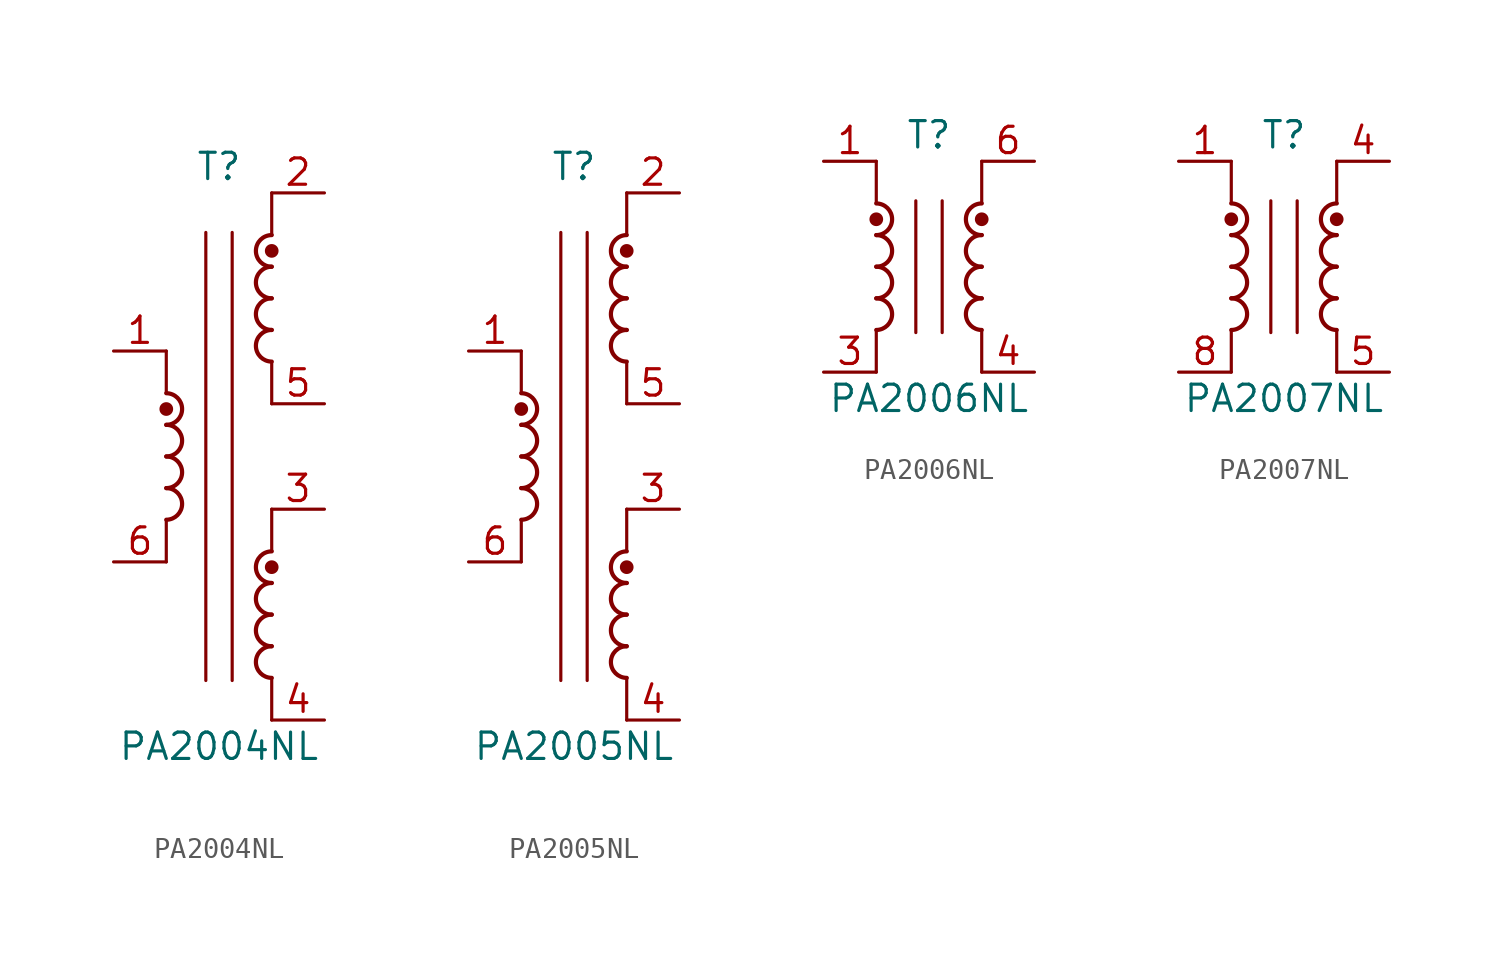
<source format=kicad_sym>
(kicad_symbol_lib
  (version 20220914)
  (generator kicad_symbol_editor)
  (symbol "PA2004NL"
    (pin_names hide)
    (property "Reference" "T"
      (at 0 13.97 0)
      (effects (font (size 1.27 1.27))))
    (property "Value" "PA2004NL"
      (at 0 -13.97 0)
      (effects (font (size 1.27 1.27))))
    (symbol "PA2004NL_0_1"
      (arc (start -2.54 -3.048) (mid -1.7813 -2.286) (end -2.54 -1.524) (stroke (width 0.2032) (type default)) (fill (type none)))
      (arc (start -2.54 -1.524) (mid -1.7813 -0.762) (end -2.54 0) (stroke (width 0.2032) (type default)) (fill (type none)))
      (arc (start -2.54 0) (mid -1.7813 0.762) (end -2.54 1.524) (stroke (width 0.2032) (type default)) (fill (type none)))
      (circle (center -2.54 2.286) (radius 0.254) (stroke (width 0) (type default)) (fill (type outline)))
      (polyline (pts (xy -2.54 -3.048) (xy -2.54 -5.08)) (stroke (width 0) (type default)) (fill (type none)))
      (polyline (pts (xy -2.54 5.08) (xy -2.54 3.048)) (stroke (width 0) (type default)) (fill (type none)))
      (polyline (pts (xy -0.635 10.795) (xy -0.635 -10.795)) (stroke (width 0) (type default)) (fill (type none)))
      (polyline (pts (xy 0.635 10.795) (xy 0.635 -10.795)) (stroke (width 0) (type default)) (fill (type none)))
      (polyline (pts (xy 2.54 -10.668) (xy 2.54 -12.7)) (stroke (width 0) (type default)) (fill (type none)))
      (polyline (pts (xy 2.54 -2.54) (xy 2.54 -4.572)) (stroke (width 0) (type default)) (fill (type none)))
      (polyline (pts (xy 2.54 4.572) (xy 2.54 2.54)) (stroke (width 0) (type default)) (fill (type none)))
      (polyline (pts (xy 2.54 12.7) (xy 2.54 10.668)) (stroke (width 0) (type default)) (fill (type none)))
      (arc (start 2.54 -9.144) (mid 1.7813 -9.906) (end 2.54 -10.668) (stroke (width 0.2032) (type default)) (fill (type none)))
      (arc (start 2.54 -7.62) (mid 1.7813 -8.382) (end 2.54 -9.144) (stroke (width 0.2032) (type default)) (fill (type none)))
      (arc (start 2.54 -6.096) (mid 1.7813 -6.858) (end 2.54 -7.62) (stroke (width 0.2032) (type default)) (fill (type none)))
      (circle (center 2.54 -5.334) (radius 0.254) (stroke (width 0) (type default)) (fill (type outline)))
      (arc (start 2.54 -4.572) (mid 1.7813 -5.334) (end 2.54 -6.096) (stroke (width 0.2032) (type default)) (fill (type none)))
      (arc (start 2.54 6.096) (mid 1.7813 5.334) (end 2.54 4.572) (stroke (width 0.2032) (type default)) (fill (type none)))
      (arc (start 2.54 7.62) (mid 1.7813 6.858) (end 2.54 6.096) (stroke (width 0.2032) (type default)) (fill (type none)))
      (arc (start 2.54 9.144) (mid 1.7813 8.382) (end 2.54 7.62) (stroke (width 0.2032) (type default)) (fill (type none)))
      (circle (center 2.54 9.906) (radius 0.254) (stroke (width 0) (type default)) (fill (type outline)))
      (arc (start 2.54 10.668) (mid 1.7813 9.906) (end 2.54 9.144) (stroke (width 0.2032) (type default)) (fill (type none))))
    (symbol "PA2004NL_1_1"
      (arc (start -2.54 1.524) (mid -1.7813 2.286) (end -2.54 3.048) (stroke (width 0.2032) (type default)) (fill (type none)))
      (pin passive line (at -5.08 5.08 0) (length 2.54) (name "~" (effects (font (size 1.27 1.27)))) (number "1" (effects (font (size 1.27 1.27)))))
      (pin passive line (at 5.08 12.7 180) (length 2.54) (name "~" (effects (font (size 1.27 1.27)))) (number "2" (effects (font (size 1.27 1.27)))))
      (pin passive line (at 5.08 -2.54 180) (length 2.54) (name "~" (effects (font (size 1.27 1.27)))) (number "3" (effects (font (size 1.27 1.27)))))
      (pin passive line (at 5.08 -12.7 180) (length 2.54) (name "~" (effects (font (size 1.27 1.27)))) (number "4" (effects (font (size 1.27 1.27)))))
      (pin passive line (at 5.08 2.54 180) (length 2.54) (name "~" (effects (font (size 1.27 1.27)))) (number "5" (effects (font (size 1.27 1.27)))))
      (pin passive line (at -5.08 -5.08 0) (length 2.54) (name "~" (effects (font (size 1.27 1.27)))) (number "6" (effects (font (size 1.27 1.27)))))))
  (symbol "PA2005NL"
    (pin_names hide)
    (property "Reference" "T"
      (at 0 13.97 0)
      (effects (font (size 1.27 1.27))))
    (property "Value" "PA2005NL"
      (at 0 -13.97 0)
      (effects (font (size 1.27 1.27))))
    (symbol "PA2005NL_0_1"
      (arc (start -2.54 -3.048) (mid -1.7813 -2.286) (end -2.54 -1.524) (stroke (width 0.2032) (type default)) (fill (type none)))
      (arc (start -2.54 -1.524) (mid -1.7813 -0.762) (end -2.54 0) (stroke (width 0.2032) (type default)) (fill (type none)))
      (arc (start -2.54 0) (mid -1.7813 0.762) (end -2.54 1.524) (stroke (width 0.2032) (type default)) (fill (type none)))
      (circle (center -2.54 2.286) (radius 0.254) (stroke (width 0) (type default)) (fill (type outline)))
      (polyline (pts (xy -2.54 -3.048) (xy -2.54 -5.08)) (stroke (width 0) (type default)) (fill (type none)))
      (polyline (pts (xy -2.54 5.08) (xy -2.54 3.048)) (stroke (width 0) (type default)) (fill (type none)))
      (polyline (pts (xy -0.635 10.795) (xy -0.635 -10.795)) (stroke (width 0) (type default)) (fill (type none)))
      (polyline (pts (xy 0.635 10.795) (xy 0.635 -10.795)) (stroke (width 0) (type default)) (fill (type none)))
      (polyline (pts (xy 2.54 -10.668) (xy 2.54 -12.7)) (stroke (width 0) (type default)) (fill (type none)))
      (polyline (pts (xy 2.54 -2.54) (xy 2.54 -4.572)) (stroke (width 0) (type default)) (fill (type none)))
      (polyline (pts (xy 2.54 4.572) (xy 2.54 2.54)) (stroke (width 0) (type default)) (fill (type none)))
      (polyline (pts (xy 2.54 12.7) (xy 2.54 10.668)) (stroke (width 0) (type default)) (fill (type none)))
      (arc (start 2.54 -9.144) (mid 1.7813 -9.906) (end 2.54 -10.668) (stroke (width 0.2032) (type default)) (fill (type none)))
      (arc (start 2.54 -7.62) (mid 1.7813 -8.382) (end 2.54 -9.144) (stroke (width 0.2032) (type default)) (fill (type none)))
      (arc (start 2.54 -6.096) (mid 1.7813 -6.858) (end 2.54 -7.62) (stroke (width 0.2032) (type default)) (fill (type none)))
      (circle (center 2.54 -5.334) (radius 0.254) (stroke (width 0) (type default)) (fill (type outline)))
      (arc (start 2.54 -4.572) (mid 1.7813 -5.334) (end 2.54 -6.096) (stroke (width 0.2032) (type default)) (fill (type none)))
      (arc (start 2.54 6.096) (mid 1.7813 5.334) (end 2.54 4.572) (stroke (width 0.2032) (type default)) (fill (type none)))
      (arc (start 2.54 7.62) (mid 1.7813 6.858) (end 2.54 6.096) (stroke (width 0.2032) (type default)) (fill (type none)))
      (arc (start 2.54 9.144) (mid 1.7813 8.382) (end 2.54 7.62) (stroke (width 0.2032) (type default)) (fill (type none)))
      (circle (center 2.54 9.906) (radius 0.254) (stroke (width 0) (type default)) (fill (type outline)))
      (arc (start 2.54 10.668) (mid 1.7813 9.906) (end 2.54 9.144) (stroke (width 0.2032) (type default)) (fill (type none))))
    (symbol "PA2005NL_1_1"
      (arc (start -2.54 1.524) (mid -1.7813 2.286) (end -2.54 3.048) (stroke (width 0.2032) (type default)) (fill (type none)))
      (pin passive line (at -5.08 5.08 0) (length 2.54) (name "~" (effects (font (size 1.27 1.27)))) (number "1" (effects (font (size 1.27 1.27)))))
      (pin passive line (at 5.08 12.7 180) (length 2.54) (name "~" (effects (font (size 1.27 1.27)))) (number "2" (effects (font (size 1.27 1.27)))))
      (pin passive line (at 5.08 -2.54 180) (length 2.54) (name "~" (effects (font (size 1.27 1.27)))) (number "3" (effects (font (size 1.27 1.27)))))
      (pin passive line (at 5.08 -12.7 180) (length 2.54) (name "~" (effects (font (size 1.27 1.27)))) (number "4" (effects (font (size 1.27 1.27)))))
      (pin passive line (at 5.08 2.54 180) (length 2.54) (name "~" (effects (font (size 1.27 1.27)))) (number "5" (effects (font (size 1.27 1.27)))))
      (pin passive line (at -5.08 -5.08 0) (length 2.54) (name "~" (effects (font (size 1.27 1.27)))) (number "6" (effects (font (size 1.27 1.27)))))))
  (symbol "PA2006NL"
    (pin_names hide)
    (property "Reference" "T"
      (at 0 6.35 0)
      (effects (font (size 1.27 1.27))))
    (property "Value" "PA2006NL"
      (at 0 -6.35 0)
      (effects (font (size 1.27 1.27))))
    (symbol "PA2006NL_0_1"
      (arc (start -2.54 -3.048) (mid -1.7813 -2.286) (end -2.54 -1.524) (stroke (width 0.2032) (type default)) (fill (type none)))
      (arc (start -2.54 -1.524) (mid -1.7813 -0.762) (end -2.54 0) (stroke (width 0.2032) (type default)) (fill (type none)))
      (arc (start -2.54 0) (mid -1.7813 0.762) (end -2.54 1.524) (stroke (width 0.2032) (type default)) (fill (type none)))
      (circle (center -2.54 2.286) (radius 0.254) (stroke (width 0) (type default)) (fill (type outline)))
      (polyline (pts (xy -2.54 -3.048) (xy -2.54 -5.08)) (stroke (width 0) (type default)) (fill (type none)))
      (polyline (pts (xy -2.54 5.08) (xy -2.54 3.048)) (stroke (width 0) (type default)) (fill (type none)))
      (polyline (pts (xy -0.635 3.175) (xy -0.635 -3.175)) (stroke (width 0) (type default)) (fill (type none)))
      (polyline (pts (xy 0.635 3.175) (xy 0.635 -3.175)) (stroke (width 0) (type default)) (fill (type none)))
      (polyline (pts (xy 2.54 -3.048) (xy 2.54 -5.08)) (stroke (width 0) (type default)) (fill (type none)))
      (polyline (pts (xy 2.54 5.08) (xy 2.54 3.048)) (stroke (width 0) (type default)) (fill (type none)))
      (arc (start 2.54 -1.524) (mid 1.7813 -2.286) (end 2.54 -3.048) (stroke (width 0.2032) (type default)) (fill (type none)))
      (arc (start 2.54 0) (mid 1.7813 -0.762) (end 2.54 -1.524) (stroke (width 0.2032) (type default)) (fill (type none)))
      (arc (start 2.54 1.524) (mid 1.7813 0.762) (end 2.54 0) (stroke (width 0.2032) (type default)) (fill (type none)))
      (circle (center 2.54 2.286) (radius 0.254) (stroke (width 0) (type default)) (fill (type outline)))
      (arc (start 2.54 3.048) (mid 1.7813 2.286) (end 2.54 1.524) (stroke (width 0.2032) (type default)) (fill (type none))))
    (symbol "PA2006NL_1_1"
      (arc (start -2.54 1.524) (mid -1.7813 2.286) (end -2.54 3.048) (stroke (width 0.2032) (type default)) (fill (type none)))
      (pin passive line (at -5.08 5.08 0) (length 2.54) (name "~" (effects (font (size 1.27 1.27)))) (number "1" (effects (font (size 1.27 1.27)))))
      (pin passive line (at -5.08 -5.08 0) (length 2.54) (name "~" (effects (font (size 1.27 1.27)))) (number "3" (effects (font (size 1.27 1.27)))))
      (pin passive line (at 5.08 -5.08 180) (length 2.54) (name "~" (effects (font (size 1.27 1.27)))) (number "4" (effects (font (size 1.27 1.27)))))
      (pin passive line (at 5.08 5.08 180) (length 2.54) (name "~" (effects (font (size 1.27 1.27)))) (number "6" (effects (font (size 1.27 1.27)))))))
  (symbol "PA2007NL"
    (pin_names hide)
    (property "Reference" "T"
      (at 0 6.35 0)
      (effects (font (size 1.27 1.27))))
    (property "Value" "PA2007NL"
      (at 0 -6.35 0)
      (effects (font (size 1.27 1.27))))
    (symbol "PA2007NL_0_1"
      (arc (start -2.54 -3.048) (mid -1.7813 -2.286) (end -2.54 -1.524) (stroke (width 0.2032) (type default)) (fill (type none)))
      (arc (start -2.54 -1.524) (mid -1.7813 -0.762) (end -2.54 0) (stroke (width 0.2032) (type default)) (fill (type none)))
      (arc (start -2.54 0) (mid -1.7813 0.762) (end -2.54 1.524) (stroke (width 0.2032) (type default)) (fill (type none)))
      (circle (center -2.54 2.286) (radius 0.254) (stroke (width 0) (type default)) (fill (type outline)))
      (polyline (pts (xy -2.54 -3.048) (xy -2.54 -5.08)) (stroke (width 0) (type default)) (fill (type none)))
      (polyline (pts (xy -2.54 5.08) (xy -2.54 3.048)) (stroke (width 0) (type default)) (fill (type none)))
      (polyline (pts (xy -0.635 3.175) (xy -0.635 -3.175)) (stroke (width 0) (type default)) (fill (type none)))
      (polyline (pts (xy 0.635 3.175) (xy 0.635 -3.175)) (stroke (width 0) (type default)) (fill (type none)))
      (polyline (pts (xy 2.54 -3.048) (xy 2.54 -5.08)) (stroke (width 0) (type default)) (fill (type none)))
      (polyline (pts (xy 2.54 5.08) (xy 2.54 3.048)) (stroke (width 0) (type default)) (fill (type none)))
      (arc (start 2.54 -1.524) (mid 1.7813 -2.286) (end 2.54 -3.048) (stroke (width 0.2032) (type default)) (fill (type none)))
      (arc (start 2.54 0) (mid 1.7813 -0.762) (end 2.54 -1.524) (stroke (width 0.2032) (type default)) (fill (type none)))
      (arc (start 2.54 1.524) (mid 1.7813 0.762) (end 2.54 0) (stroke (width 0.2032) (type default)) (fill (type none)))
      (circle (center 2.54 2.286) (radius 0.254) (stroke (width 0) (type default)) (fill (type outline)))
      (arc (start 2.54 3.048) (mid 1.7813 2.286) (end 2.54 1.524) (stroke (width 0.2032) (type default)) (fill (type none))))
    (symbol "PA2007NL_1_1"
      (arc (start -2.54 1.524) (mid -1.7813 2.286) (end -2.54 3.048) (stroke (width 0.2032) (type default)) (fill (type none)))
      (pin passive line (at -5.08 5.08 0) (length 2.54) (name "~" (effects (font (size 1.27 1.27)))) (number "1" (effects (font (size 1.27 1.27)))))
      (pin passive line (at 5.08 5.08 180) (length 2.54) (name "~" (effects (font (size 1.27 1.27)))) (number "4" (effects (font (size 1.27 1.27)))))
      (pin passive line (at 5.08 -5.08 180) (length 2.54) (name "~" (effects (font (size 1.27 1.27)))) (number "5" (effects (font (size 1.27 1.27)))))
      (pin passive line (at -5.08 -5.08 0) (length 2.54) (name "~" (effects (font (size 1.27 1.27)))) (number "8" (effects (font (size 1.27 1.27))))))))
</source>
